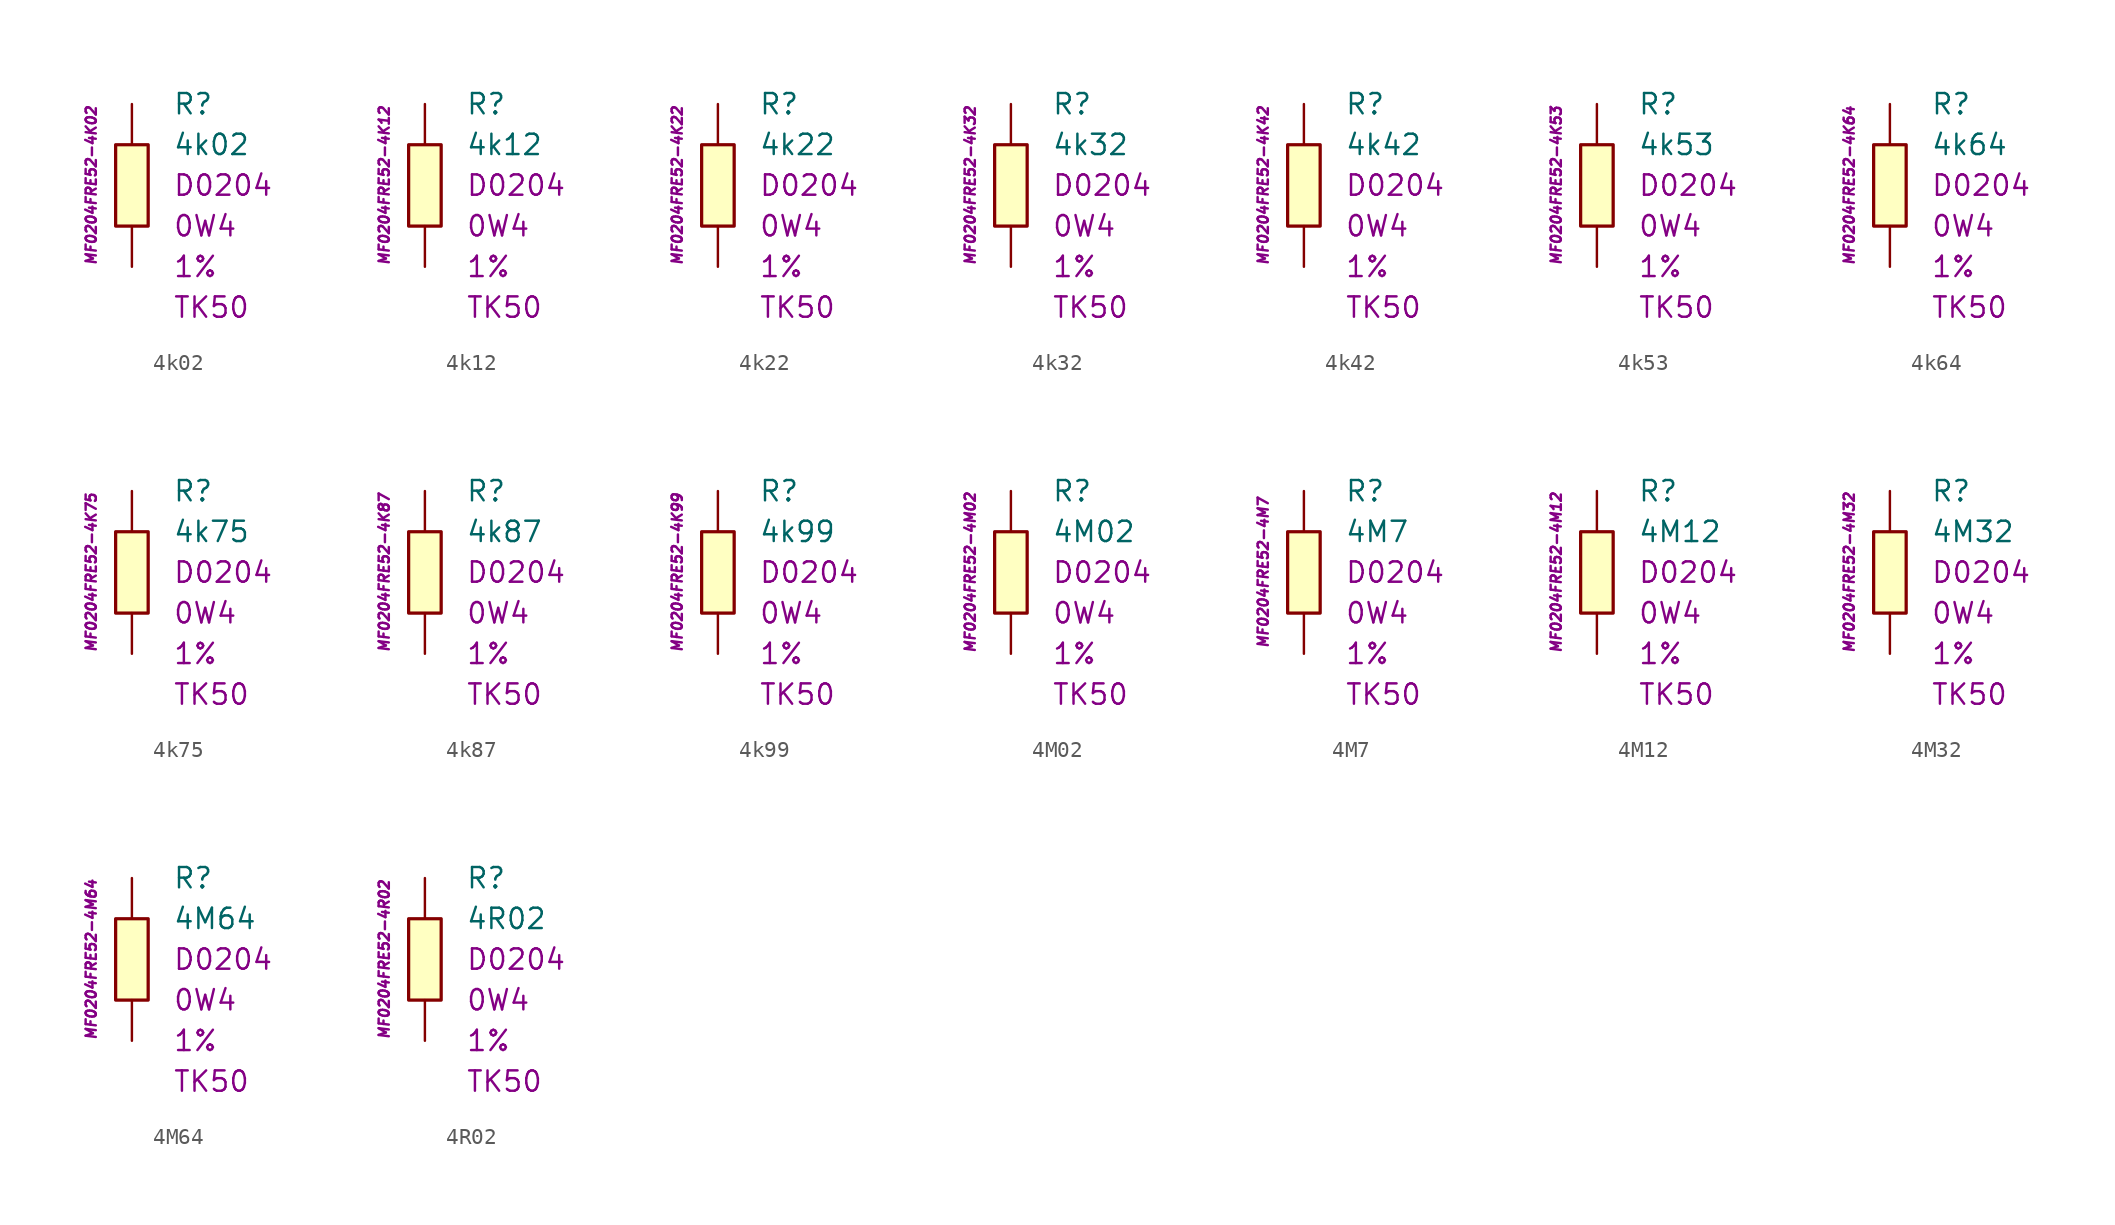
<source format=kicad_sym>
(kicad_symbol_lib
  (version 20201005)
  (generator kicad_symbol_editor)
  (symbol "4k02"
    (pin_numbers hide)
    (pin_names
      (offset 1.016) hide)
    (property "Reference" "R"
      (at 2.54 5.08 0)
      (effects (font (size 1.27 1.27)) (justify left)))
    (property "Value" "4k02"
      (at 2.54 2.54 0)
      (effects (font (size 1.27 1.27)) (justify left)))
    (property "Package" "D0204"
      (at 2.54 0 0)
      (effects (font (size 1.27 1.27)) (justify left)))
    (property "Power" "0W4"
      (at 2.54 -2.54 0)
      (effects (font (size 1.27 1.27)) (justify left)))
    (property "Tolerance" "1%"
      (at 2.54 -5.08 0)
      (effects (font (size 1.27 1.27)) (justify left)))
    (property "TK" "TK50"
      (at 2.54 -7.62 0)
      (effects (font (size 1.27 1.27)) (justify left)))
    (property "ID" "MF0204FRE52-4K02"
      (at -2.54 0 90)
      (effects (font (size 0.635 0.635) italic)))
    (symbol "4k02_0_1"
      (rectangle (start -1.016 2.54) (end 1.016 -2.54) (stroke (width 0.203)) (fill (type background))))
    (symbol "4k02_1_1"
      (pin passive line (at 0 5.08 270) (length 2.54) (name "~" (effects (font (size 1.778 1.778)))) (number "1" (effects (font (size 1.778 1.778)))))
      (pin passive line (at 0 -5.08 90) (length 2.54) (name "~" (effects (font (size 1.778 1.778)))) (number "2" (effects (font (size 1.778 1.778)))))))
  (symbol "4k12"
    (pin_numbers hide)
    (pin_names
      (offset 1.016) hide)
    (property "Reference" "R"
      (at 2.54 5.08 0)
      (effects (font (size 1.27 1.27)) (justify left)))
    (property "Value" "4k12"
      (at 2.54 2.54 0)
      (effects (font (size 1.27 1.27)) (justify left)))
    (property "Package" "D0204"
      (at 2.54 0 0)
      (effects (font (size 1.27 1.27)) (justify left)))
    (property "Power" "0W4"
      (at 2.54 -2.54 0)
      (effects (font (size 1.27 1.27)) (justify left)))
    (property "Tolerance" "1%"
      (at 2.54 -5.08 0)
      (effects (font (size 1.27 1.27)) (justify left)))
    (property "TK" "TK50"
      (at 2.54 -7.62 0)
      (effects (font (size 1.27 1.27)) (justify left)))
    (property "ID" "MF0204FRE52-4K12"
      (at -2.54 0 90)
      (effects (font (size 0.635 0.635) italic)))
    (symbol "4k12_0_1"
      (rectangle (start -1.016 2.54) (end 1.016 -2.54) (stroke (width 0.203)) (fill (type background))))
    (symbol "4k12_1_1"
      (pin passive line (at 0 5.08 270) (length 2.54) (name "~" (effects (font (size 1.778 1.778)))) (number "1" (effects (font (size 1.778 1.778)))))
      (pin passive line (at 0 -5.08 90) (length 2.54) (name "~" (effects (font (size 1.778 1.778)))) (number "2" (effects (font (size 1.778 1.778)))))))
  (symbol "4k22"
    (pin_numbers hide)
    (pin_names
      (offset 1.016) hide)
    (property "Reference" "R"
      (at 2.54 5.08 0)
      (effects (font (size 1.27 1.27)) (justify left)))
    (property "Value" "4k22"
      (at 2.54 2.54 0)
      (effects (font (size 1.27 1.27)) (justify left)))
    (property "Package" "D0204"
      (at 2.54 0 0)
      (effects (font (size 1.27 1.27)) (justify left)))
    (property "Power" "0W4"
      (at 2.54 -2.54 0)
      (effects (font (size 1.27 1.27)) (justify left)))
    (property "Tolerance" "1%"
      (at 2.54 -5.08 0)
      (effects (font (size 1.27 1.27)) (justify left)))
    (property "TK" "TK50"
      (at 2.54 -7.62 0)
      (effects (font (size 1.27 1.27)) (justify left)))
    (property "ID" "MF0204FRE52-4K22"
      (at -2.54 0 90)
      (effects (font (size 0.635 0.635) italic)))
    (symbol "4k22_0_1"
      (rectangle (start -1.016 2.54) (end 1.016 -2.54) (stroke (width 0.203)) (fill (type background))))
    (symbol "4k22_1_1"
      (pin passive line (at 0 5.08 270) (length 2.54) (name "~" (effects (font (size 1.778 1.778)))) (number "1" (effects (font (size 1.778 1.778)))))
      (pin passive line (at 0 -5.08 90) (length 2.54) (name "~" (effects (font (size 1.778 1.778)))) (number "2" (effects (font (size 1.778 1.778)))))))
  (symbol "4k32"
    (pin_numbers hide)
    (pin_names
      (offset 1.016) hide)
    (property "Reference" "R"
      (at 2.54 5.08 0)
      (effects (font (size 1.27 1.27)) (justify left)))
    (property "Value" "4k32"
      (at 2.54 2.54 0)
      (effects (font (size 1.27 1.27)) (justify left)))
    (property "Package" "D0204"
      (at 2.54 0 0)
      (effects (font (size 1.27 1.27)) (justify left)))
    (property "Power" "0W4"
      (at 2.54 -2.54 0)
      (effects (font (size 1.27 1.27)) (justify left)))
    (property "Tolerance" "1%"
      (at 2.54 -5.08 0)
      (effects (font (size 1.27 1.27)) (justify left)))
    (property "TK" "TK50"
      (at 2.54 -7.62 0)
      (effects (font (size 1.27 1.27)) (justify left)))
    (property "ID" "MF0204FRE52-4K32"
      (at -2.54 0 90)
      (effects (font (size 0.635 0.635) italic)))
    (symbol "4k32_0_1"
      (rectangle (start -1.016 2.54) (end 1.016 -2.54) (stroke (width 0.203)) (fill (type background))))
    (symbol "4k32_1_1"
      (pin passive line (at 0 5.08 270) (length 2.54) (name "~" (effects (font (size 1.778 1.778)))) (number "1" (effects (font (size 1.778 1.778)))))
      (pin passive line (at 0 -5.08 90) (length 2.54) (name "~" (effects (font (size 1.778 1.778)))) (number "2" (effects (font (size 1.778 1.778)))))))
  (symbol "4k42"
    (pin_numbers hide)
    (pin_names
      (offset 1.016) hide)
    (property "Reference" "R"
      (at 2.54 5.08 0)
      (effects (font (size 1.27 1.27)) (justify left)))
    (property "Value" "4k42"
      (at 2.54 2.54 0)
      (effects (font (size 1.27 1.27)) (justify left)))
    (property "Package" "D0204"
      (at 2.54 0 0)
      (effects (font (size 1.27 1.27)) (justify left)))
    (property "Power" "0W4"
      (at 2.54 -2.54 0)
      (effects (font (size 1.27 1.27)) (justify left)))
    (property "Tolerance" "1%"
      (at 2.54 -5.08 0)
      (effects (font (size 1.27 1.27)) (justify left)))
    (property "TK" "TK50"
      (at 2.54 -7.62 0)
      (effects (font (size 1.27 1.27)) (justify left)))
    (property "ID" "MF0204FRE52-4K42"
      (at -2.54 0 90)
      (effects (font (size 0.635 0.635) italic)))
    (symbol "4k42_0_1"
      (rectangle (start -1.016 2.54) (end 1.016 -2.54) (stroke (width 0.203)) (fill (type background))))
    (symbol "4k42_1_1"
      (pin passive line (at 0 5.08 270) (length 2.54) (name "~" (effects (font (size 1.778 1.778)))) (number "1" (effects (font (size 1.778 1.778)))))
      (pin passive line (at 0 -5.08 90) (length 2.54) (name "~" (effects (font (size 1.778 1.778)))) (number "2" (effects (font (size 1.778 1.778)))))))
  (symbol "4k53"
    (pin_numbers hide)
    (pin_names
      (offset 1.016) hide)
    (property "Reference" "R"
      (at 2.54 5.08 0)
      (effects (font (size 1.27 1.27)) (justify left)))
    (property "Value" "4k53"
      (at 2.54 2.54 0)
      (effects (font (size 1.27 1.27)) (justify left)))
    (property "Package" "D0204"
      (at 2.54 0 0)
      (effects (font (size 1.27 1.27)) (justify left)))
    (property "Power" "0W4"
      (at 2.54 -2.54 0)
      (effects (font (size 1.27 1.27)) (justify left)))
    (property "Tolerance" "1%"
      (at 2.54 -5.08 0)
      (effects (font (size 1.27 1.27)) (justify left)))
    (property "TK" "TK50"
      (at 2.54 -7.62 0)
      (effects (font (size 1.27 1.27)) (justify left)))
    (property "ID" "MF0204FRE52-4K53"
      (at -2.54 0 90)
      (effects (font (size 0.635 0.635) italic)))
    (symbol "4k53_0_1"
      (rectangle (start -1.016 2.54) (end 1.016 -2.54) (stroke (width 0.203)) (fill (type background))))
    (symbol "4k53_1_1"
      (pin passive line (at 0 5.08 270) (length 2.54) (name "~" (effects (font (size 1.778 1.778)))) (number "1" (effects (font (size 1.778 1.778)))))
      (pin passive line (at 0 -5.08 90) (length 2.54) (name "~" (effects (font (size 1.778 1.778)))) (number "2" (effects (font (size 1.778 1.778)))))))
  (symbol "4k64"
    (pin_numbers hide)
    (pin_names
      (offset 1.016) hide)
    (property "Reference" "R"
      (at 2.54 5.08 0)
      (effects (font (size 1.27 1.27)) (justify left)))
    (property "Value" "4k64"
      (at 2.54 2.54 0)
      (effects (font (size 1.27 1.27)) (justify left)))
    (property "Package" "D0204"
      (at 2.54 0 0)
      (effects (font (size 1.27 1.27)) (justify left)))
    (property "Power" "0W4"
      (at 2.54 -2.54 0)
      (effects (font (size 1.27 1.27)) (justify left)))
    (property "Tolerance" "1%"
      (at 2.54 -5.08 0)
      (effects (font (size 1.27 1.27)) (justify left)))
    (property "TK" "TK50"
      (at 2.54 -7.62 0)
      (effects (font (size 1.27 1.27)) (justify left)))
    (property "ID" "MF0204FRE52-4K64"
      (at -2.54 0 90)
      (effects (font (size 0.635 0.635) italic)))
    (symbol "4k64_0_1"
      (rectangle (start -1.016 2.54) (end 1.016 -2.54) (stroke (width 0.203)) (fill (type background))))
    (symbol "4k64_1_1"
      (pin passive line (at 0 5.08 270) (length 2.54) (name "~" (effects (font (size 1.778 1.778)))) (number "1" (effects (font (size 1.778 1.778)))))
      (pin passive line (at 0 -5.08 90) (length 2.54) (name "~" (effects (font (size 1.778 1.778)))) (number "2" (effects (font (size 1.778 1.778)))))))
  (symbol "4k75"
    (pin_numbers hide)
    (pin_names
      (offset 1.016) hide)
    (property "Reference" "R"
      (at 2.54 5.08 0)
      (effects (font (size 1.27 1.27)) (justify left)))
    (property "Value" "4k75"
      (at 2.54 2.54 0)
      (effects (font (size 1.27 1.27)) (justify left)))
    (property "Package" "D0204"
      (at 2.54 0 0)
      (effects (font (size 1.27 1.27)) (justify left)))
    (property "Power" "0W4"
      (at 2.54 -2.54 0)
      (effects (font (size 1.27 1.27)) (justify left)))
    (property "Tolerance" "1%"
      (at 2.54 -5.08 0)
      (effects (font (size 1.27 1.27)) (justify left)))
    (property "TK" "TK50"
      (at 2.54 -7.62 0)
      (effects (font (size 1.27 1.27)) (justify left)))
    (property "ID" "MF0204FRE52-4K75"
      (at -2.54 0 90)
      (effects (font (size 0.635 0.635) italic)))
    (symbol "4k75_0_1"
      (rectangle (start -1.016 2.54) (end 1.016 -2.54) (stroke (width 0.203)) (fill (type background))))
    (symbol "4k75_1_1"
      (pin passive line (at 0 5.08 270) (length 2.54) (name "~" (effects (font (size 1.778 1.778)))) (number "1" (effects (font (size 1.778 1.778)))))
      (pin passive line (at 0 -5.08 90) (length 2.54) (name "~" (effects (font (size 1.778 1.778)))) (number "2" (effects (font (size 1.778 1.778)))))))
  (symbol "4k87"
    (pin_numbers hide)
    (pin_names
      (offset 1.016) hide)
    (property "Reference" "R"
      (at 2.54 5.08 0)
      (effects (font (size 1.27 1.27)) (justify left)))
    (property "Value" "4k87"
      (at 2.54 2.54 0)
      (effects (font (size 1.27 1.27)) (justify left)))
    (property "Package" "D0204"
      (at 2.54 0 0)
      (effects (font (size 1.27 1.27)) (justify left)))
    (property "Power" "0W4"
      (at 2.54 -2.54 0)
      (effects (font (size 1.27 1.27)) (justify left)))
    (property "Tolerance" "1%"
      (at 2.54 -5.08 0)
      (effects (font (size 1.27 1.27)) (justify left)))
    (property "TK" "TK50"
      (at 2.54 -7.62 0)
      (effects (font (size 1.27 1.27)) (justify left)))
    (property "ID" "MF0204FRE52-4K87"
      (at -2.54 0 90)
      (effects (font (size 0.635 0.635) italic)))
    (symbol "4k87_0_1"
      (rectangle (start -1.016 2.54) (end 1.016 -2.54) (stroke (width 0.203)) (fill (type background))))
    (symbol "4k87_1_1"
      (pin passive line (at 0 5.08 270) (length 2.54) (name "~" (effects (font (size 1.778 1.778)))) (number "1" (effects (font (size 1.778 1.778)))))
      (pin passive line (at 0 -5.08 90) (length 2.54) (name "~" (effects (font (size 1.778 1.778)))) (number "2" (effects (font (size 1.778 1.778)))))))
  (symbol "4k99"
    (pin_numbers hide)
    (pin_names
      (offset 1.016) hide)
    (property "Reference" "R"
      (at 2.54 5.08 0)
      (effects (font (size 1.27 1.27)) (justify left)))
    (property "Value" "4k99"
      (at 2.54 2.54 0)
      (effects (font (size 1.27 1.27)) (justify left)))
    (property "Package" "D0204"
      (at 2.54 0 0)
      (effects (font (size 1.27 1.27)) (justify left)))
    (property "Power" "0W4"
      (at 2.54 -2.54 0)
      (effects (font (size 1.27 1.27)) (justify left)))
    (property "Tolerance" "1%"
      (at 2.54 -5.08 0)
      (effects (font (size 1.27 1.27)) (justify left)))
    (property "TK" "TK50"
      (at 2.54 -7.62 0)
      (effects (font (size 1.27 1.27)) (justify left)))
    (property "ID" "MF0204FRE52-4K99"
      (at -2.54 0 90)
      (effects (font (size 0.635 0.635) italic)))
    (symbol "4k99_0_1"
      (rectangle (start -1.016 2.54) (end 1.016 -2.54) (stroke (width 0.203)) (fill (type background))))
    (symbol "4k99_1_1"
      (pin passive line (at 0 5.08 270) (length 2.54) (name "~" (effects (font (size 1.778 1.778)))) (number "1" (effects (font (size 1.778 1.778)))))
      (pin passive line (at 0 -5.08 90) (length 2.54) (name "~" (effects (font (size 1.778 1.778)))) (number "2" (effects (font (size 1.778 1.778)))))))
  (symbol "4M02"
    (pin_numbers hide)
    (pin_names
      (offset 1.016) hide)
    (property "Reference" "R"
      (at 2.54 5.08 0)
      (effects (font (size 1.27 1.27)) (justify left)))
    (property "Value" "4M02"
      (at 2.54 2.54 0)
      (effects (font (size 1.27 1.27)) (justify left)))
    (property "Package" "D0204"
      (at 2.54 0 0)
      (effects (font (size 1.27 1.27)) (justify left)))
    (property "Power" "0W4"
      (at 2.54 -2.54 0)
      (effects (font (size 1.27 1.27)) (justify left)))
    (property "Tolerance" "1%"
      (at 2.54 -5.08 0)
      (effects (font (size 1.27 1.27)) (justify left)))
    (property "TK" "TK50"
      (at 2.54 -7.62 0)
      (effects (font (size 1.27 1.27)) (justify left)))
    (property "ID" "MF0204FRE52-4M02"
      (at -2.54 0 90)
      (effects (font (size 0.635 0.635) italic)))
    (symbol "4M02_0_1"
      (rectangle (start -1.016 2.54) (end 1.016 -2.54) (stroke (width 0.203)) (fill (type background))))
    (symbol "4M02_1_1"
      (pin passive line (at 0 5.08 270) (length 2.54) (name "~" (effects (font (size 1.778 1.778)))) (number "1" (effects (font (size 1.778 1.778)))))
      (pin passive line (at 0 -5.08 90) (length 2.54) (name "~" (effects (font (size 1.778 1.778)))) (number "2" (effects (font (size 1.778 1.778)))))))
  (symbol "4M7"
    (pin_numbers hide)
    (pin_names
      (offset 1.016) hide)
    (property "Reference" "R"
      (at 2.54 5.08 0)
      (effects (font (size 1.27 1.27)) (justify left)))
    (property "Value" "4M7"
      (at 2.54 2.54 0)
      (effects (font (size 1.27 1.27)) (justify left)))
    (property "Package" "D0204"
      (at 2.54 0 0)
      (effects (font (size 1.27 1.27)) (justify left)))
    (property "Power" "0W4"
      (at 2.54 -2.54 0)
      (effects (font (size 1.27 1.27)) (justify left)))
    (property "Tolerance" "1%"
      (at 2.54 -5.08 0)
      (effects (font (size 1.27 1.27)) (justify left)))
    (property "TK" "TK50"
      (at 2.54 -7.62 0)
      (effects (font (size 1.27 1.27)) (justify left)))
    (property "ID" "MF0204FRE52-4M7"
      (at -2.54 0 90)
      (effects (font (size 0.635 0.635) italic)))
    (symbol "4M7_0_1"
      (rectangle (start -1.016 2.54) (end 1.016 -2.54) (stroke (width 0.203)) (fill (type background))))
    (symbol "4M7_1_1"
      (pin passive line (at 0 5.08 270) (length 2.54) (name "~" (effects (font (size 1.778 1.778)))) (number "1" (effects (font (size 1.778 1.778)))))
      (pin passive line (at 0 -5.08 90) (length 2.54) (name "~" (effects (font (size 1.778 1.778)))) (number "2" (effects (font (size 1.778 1.778)))))))
  (symbol "4M12"
    (pin_numbers hide)
    (pin_names
      (offset 1.016) hide)
    (property "Reference" "R"
      (at 2.54 5.08 0)
      (effects (font (size 1.27 1.27)) (justify left)))
    (property "Value" "4M12"
      (at 2.54 2.54 0)
      (effects (font (size 1.27 1.27)) (justify left)))
    (property "Package" "D0204"
      (at 2.54 0 0)
      (effects (font (size 1.27 1.27)) (justify left)))
    (property "Power" "0W4"
      (at 2.54 -2.54 0)
      (effects (font (size 1.27 1.27)) (justify left)))
    (property "Tolerance" "1%"
      (at 2.54 -5.08 0)
      (effects (font (size 1.27 1.27)) (justify left)))
    (property "TK" "TK50"
      (at 2.54 -7.62 0)
      (effects (font (size 1.27 1.27)) (justify left)))
    (property "ID" "MF0204FRE52-4M12"
      (at -2.54 0 90)
      (effects (font (size 0.635 0.635) italic)))
    (symbol "4M12_0_1"
      (rectangle (start -1.016 2.54) (end 1.016 -2.54) (stroke (width 0.203)) (fill (type background))))
    (symbol "4M12_1_1"
      (pin passive line (at 0 5.08 270) (length 2.54) (name "~" (effects (font (size 1.778 1.778)))) (number "1" (effects (font (size 1.778 1.778)))))
      (pin passive line (at 0 -5.08 90) (length 2.54) (name "~" (effects (font (size 1.778 1.778)))) (number "2" (effects (font (size 1.778 1.778)))))))
  (symbol "4M32"
    (pin_numbers hide)
    (pin_names
      (offset 1.016) hide)
    (property "Reference" "R"
      (at 2.54 5.08 0)
      (effects (font (size 1.27 1.27)) (justify left)))
    (property "Value" "4M32"
      (at 2.54 2.54 0)
      (effects (font (size 1.27 1.27)) (justify left)))
    (property "Package" "D0204"
      (at 2.54 0 0)
      (effects (font (size 1.27 1.27)) (justify left)))
    (property "Power" "0W4"
      (at 2.54 -2.54 0)
      (effects (font (size 1.27 1.27)) (justify left)))
    (property "Tolerance" "1%"
      (at 2.54 -5.08 0)
      (effects (font (size 1.27 1.27)) (justify left)))
    (property "TK" "TK50"
      (at 2.54 -7.62 0)
      (effects (font (size 1.27 1.27)) (justify left)))
    (property "ID" "MF0204FRE52-4M32"
      (at -2.54 0 90)
      (effects (font (size 0.635 0.635) italic)))
    (symbol "4M32_0_1"
      (rectangle (start -1.016 2.54) (end 1.016 -2.54) (stroke (width 0.203)) (fill (type background))))
    (symbol "4M32_1_1"
      (pin passive line (at 0 5.08 270) (length 2.54) (name "~" (effects (font (size 1.778 1.778)))) (number "1" (effects (font (size 1.778 1.778)))))
      (pin passive line (at 0 -5.08 90) (length 2.54) (name "~" (effects (font (size 1.778 1.778)))) (number "2" (effects (font (size 1.778 1.778)))))))
  (symbol "4M64"
    (pin_numbers hide)
    (pin_names
      (offset 1.016) hide)
    (property "Reference" "R"
      (at 2.54 5.08 0)
      (effects (font (size 1.27 1.27)) (justify left)))
    (property "Value" "4M64"
      (at 2.54 2.54 0)
      (effects (font (size 1.27 1.27)) (justify left)))
    (property "Package" "D0204"
      (at 2.54 0 0)
      (effects (font (size 1.27 1.27)) (justify left)))
    (property "Power" "0W4"
      (at 2.54 -2.54 0)
      (effects (font (size 1.27 1.27)) (justify left)))
    (property "Tolerance" "1%"
      (at 2.54 -5.08 0)
      (effects (font (size 1.27 1.27)) (justify left)))
    (property "TK" "TK50"
      (at 2.54 -7.62 0)
      (effects (font (size 1.27 1.27)) (justify left)))
    (property "ID" "MF0204FRE52-4M64"
      (at -2.54 0 90)
      (effects (font (size 0.635 0.635) italic)))
    (symbol "4M64_0_1"
      (rectangle (start -1.016 2.54) (end 1.016 -2.54) (stroke (width 0.203)) (fill (type background))))
    (symbol "4M64_1_1"
      (pin passive line (at 0 5.08 270) (length 2.54) (name "~" (effects (font (size 1.778 1.778)))) (number "1" (effects (font (size 1.778 1.778)))))
      (pin passive line (at 0 -5.08 90) (length 2.54) (name "~" (effects (font (size 1.778 1.778)))) (number "2" (effects (font (size 1.778 1.778)))))))
  (symbol "4R02"
    (pin_numbers hide)
    (pin_names
      (offset 1.016) hide)
    (property "Reference" "R"
      (at 2.54 5.08 0)
      (effects (font (size 1.27 1.27)) (justify left)))
    (property "Value" "4R02"
      (at 2.54 2.54 0)
      (effects (font (size 1.27 1.27)) (justify left)))
    (property "Package" "D0204"
      (at 2.54 0 0)
      (effects (font (size 1.27 1.27)) (justify left)))
    (property "Power" "0W4"
      (at 2.54 -2.54 0)
      (effects (font (size 1.27 1.27)) (justify left)))
    (property "Tolerance" "1%"
      (at 2.54 -5.08 0)
      (effects (font (size 1.27 1.27)) (justify left)))
    (property "TK" "TK50"
      (at 2.54 -7.62 0)
      (effects (font (size 1.27 1.27)) (justify left)))
    (property "ID" "MF0204FRE52-4R02"
      (at -2.54 0 90)
      (effects (font (size 0.635 0.635) italic)))
    (symbol "4R02_0_1"
      (rectangle (start -1.016 2.54) (end 1.016 -2.54) (stroke (width 0.203)) (fill (type background))))
    (symbol "4R02_1_1"
      (pin passive line (at 0 5.08 270) (length 2.54) (name "~" (effects (font (size 1.778 1.778)))) (number "1" (effects (font (size 1.778 1.778)))))
      (pin passive line (at 0 -5.08 90) (length 2.54) (name "~" (effects (font (size 1.778 1.778)))) (number "2" (effects (font (size 1.778 1.778))))))))
</source>
